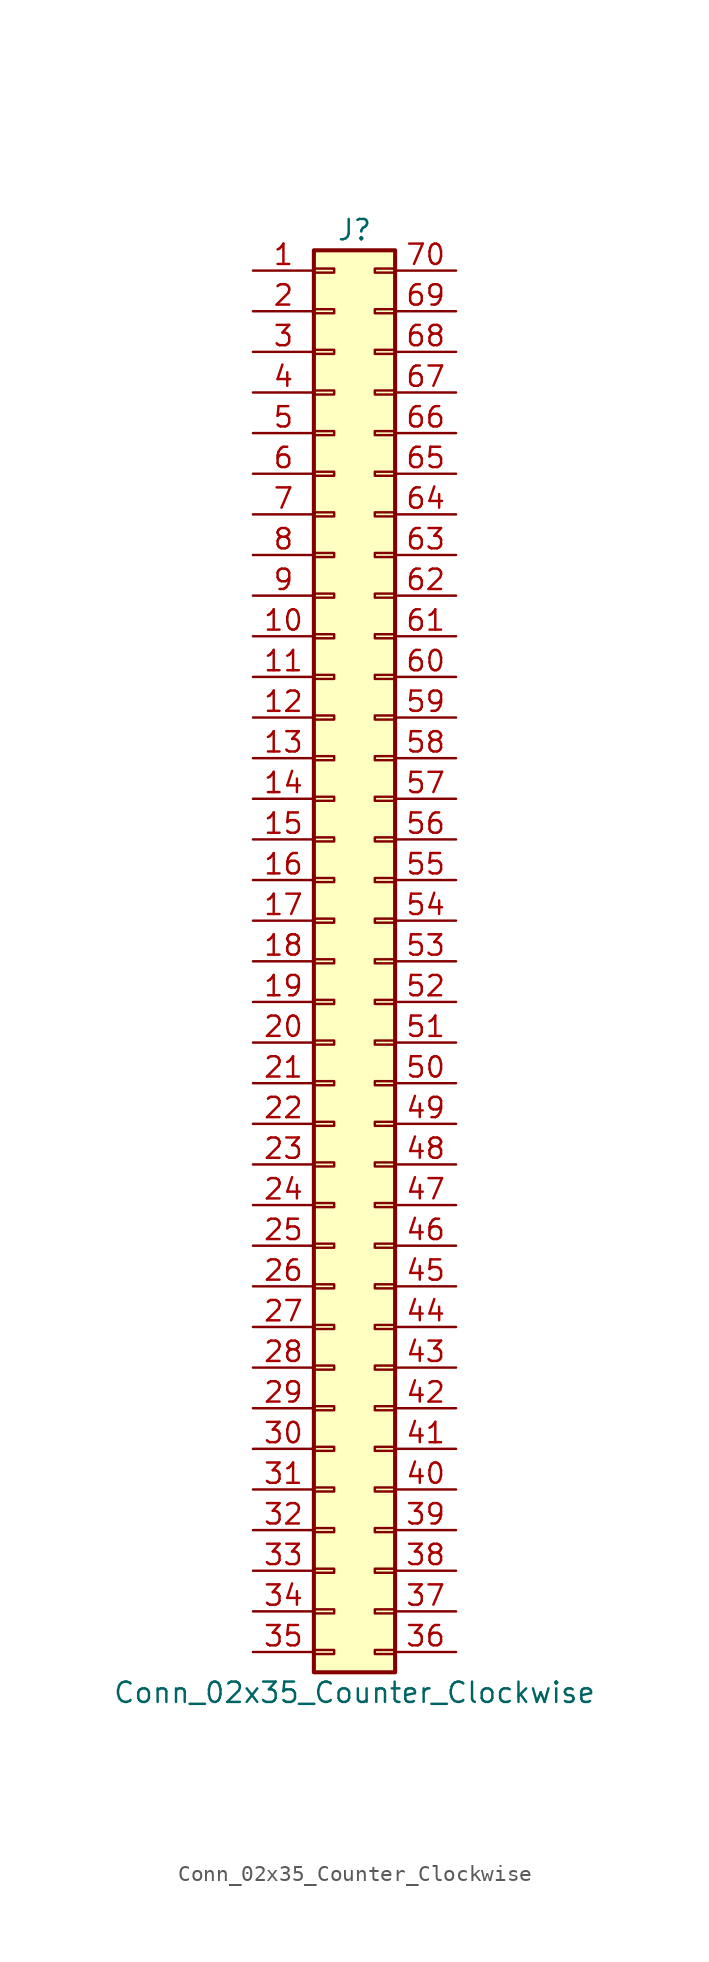
<source format=kicad_sym>
(kicad_symbol_lib
  (version 20201005)
  (generator kicad_symbol_editor)
  (symbol "Conn_02x35_Counter_Clockwise"
    (pin_names
      (offset 1.016) hide)
    (property "Reference" "J"
      (at 1.27 45.72 0)
      (effects (font (size 1.27 1.27))))
    (property "Value" "Conn_02x35_Counter_Clockwise"
      (at 1.27 -45.72 0)
      (effects (font (size 1.27 1.27))))
    (symbol "Conn_02x35_Counter_Clockwise_1_1"
      (rectangle (start -1.27 -43.053) (end 0 -43.307) (stroke (width 0.152)) (fill (type none)))
      (rectangle (start -1.27 -40.513) (end 0 -40.767) (stroke (width 0.152)) (fill (type none)))
      (rectangle (start -1.27 -37.973) (end 0 -38.227) (stroke (width 0.152)) (fill (type none)))
      (rectangle (start -1.27 -35.433) (end 0 -35.687) (stroke (width 0.152)) (fill (type none)))
      (rectangle (start -1.27 -32.893) (end 0 -33.147) (stroke (width 0.152)) (fill (type none)))
      (rectangle (start -1.27 -30.353) (end 0 -30.607) (stroke (width 0.152)) (fill (type none)))
      (rectangle (start -1.27 -27.813) (end 0 -28.067) (stroke (width 0.152)) (fill (type none)))
      (rectangle (start -1.27 -25.273) (end 0 -25.527) (stroke (width 0.152)) (fill (type none)))
      (rectangle (start -1.27 -22.733) (end 0 -22.987) (stroke (width 0.152)) (fill (type none)))
      (rectangle (start -1.27 -20.193) (end 0 -20.447) (stroke (width 0.152)) (fill (type none)))
      (rectangle (start -1.27 -17.653) (end 0 -17.907) (stroke (width 0.152)) (fill (type none)))
      (rectangle (start -1.27 -15.113) (end 0 -15.367) (stroke (width 0.152)) (fill (type none)))
      (rectangle (start -1.27 -12.573) (end 0 -12.827) (stroke (width 0.152)) (fill (type none)))
      (rectangle (start -1.27 -10.033) (end 0 -10.287) (stroke (width 0.152)) (fill (type none)))
      (rectangle (start -1.27 -7.493) (end 0 -7.747) (stroke (width 0.152)) (fill (type none)))
      (rectangle (start -1.27 -4.953) (end 0 -5.207) (stroke (width 0.152)) (fill (type none)))
      (rectangle (start -1.27 -2.413) (end 0 -2.667) (stroke (width 0.152)) (fill (type none)))
      (rectangle (start -1.27 0.127) (end 0 -0.127) (stroke (width 0.152)) (fill (type none)))
      (rectangle (start -1.27 2.667) (end 0 2.413) (stroke (width 0.152)) (fill (type none)))
      (rectangle (start -1.27 5.207) (end 0 4.953) (stroke (width 0.152)) (fill (type none)))
      (rectangle (start -1.27 7.747) (end 0 7.493) (stroke (width 0.152)) (fill (type none)))
      (rectangle (start -1.27 10.287) (end 0 10.033) (stroke (width 0.152)) (fill (type none)))
      (rectangle (start -1.27 12.827) (end 0 12.573) (stroke (width 0.152)) (fill (type none)))
      (rectangle (start -1.27 15.367) (end 0 15.113) (stroke (width 0.152)) (fill (type none)))
      (rectangle (start -1.27 17.907) (end 0 17.653) (stroke (width 0.152)) (fill (type none)))
      (rectangle (start -1.27 20.447) (end 0 20.193) (stroke (width 0.152)) (fill (type none)))
      (rectangle (start -1.27 22.987) (end 0 22.733) (stroke (width 0.152)) (fill (type none)))
      (rectangle (start -1.27 25.527) (end 0 25.273) (stroke (width 0.152)) (fill (type none)))
      (rectangle (start -1.27 28.067) (end 0 27.813) (stroke (width 0.152)) (fill (type none)))
      (rectangle (start -1.27 30.607) (end 0 30.353) (stroke (width 0.152)) (fill (type none)))
      (rectangle (start -1.27 33.147) (end 0 32.893) (stroke (width 0.152)) (fill (type none)))
      (rectangle (start -1.27 35.687) (end 0 35.433) (stroke (width 0.152)) (fill (type none)))
      (rectangle (start -1.27 38.227) (end 0 37.973) (stroke (width 0.152)) (fill (type none)))
      (rectangle (start -1.27 40.767) (end 0 40.513) (stroke (width 0.152)) (fill (type none)))
      (rectangle (start -1.27 43.307) (end 0 43.053) (stroke (width 0.152)) (fill (type none)))
      (rectangle (start 3.81 -43.053) (end 2.54 -43.307) (stroke (width 0.152)) (fill (type none)))
      (rectangle (start 3.81 -40.513) (end 2.54 -40.767) (stroke (width 0.152)) (fill (type none)))
      (rectangle (start 3.81 -37.973) (end 2.54 -38.227) (stroke (width 0.152)) (fill (type none)))
      (rectangle (start 3.81 -35.433) (end 2.54 -35.687) (stroke (width 0.152)) (fill (type none)))
      (rectangle (start 3.81 -32.893) (end 2.54 -33.147) (stroke (width 0.152)) (fill (type none)))
      (rectangle (start 3.81 -30.353) (end 2.54 -30.607) (stroke (width 0.152)) (fill (type none)))
      (rectangle (start 3.81 -27.813) (end 2.54 -28.067) (stroke (width 0.152)) (fill (type none)))
      (rectangle (start 3.81 -25.273) (end 2.54 -25.527) (stroke (width 0.152)) (fill (type none)))
      (rectangle (start 3.81 -22.733) (end 2.54 -22.987) (stroke (width 0.152)) (fill (type none)))
      (rectangle (start 3.81 -20.193) (end 2.54 -20.447) (stroke (width 0.152)) (fill (type none)))
      (rectangle (start 3.81 -17.653) (end 2.54 -17.907) (stroke (width 0.152)) (fill (type none)))
      (rectangle (start 3.81 -15.113) (end 2.54 -15.367) (stroke (width 0.152)) (fill (type none)))
      (rectangle (start 3.81 -12.573) (end 2.54 -12.827) (stroke (width 0.152)) (fill (type none)))
      (rectangle (start 3.81 -10.033) (end 2.54 -10.287) (stroke (width 0.152)) (fill (type none)))
      (rectangle (start 3.81 -7.493) (end 2.54 -7.747) (stroke (width 0.152)) (fill (type none)))
      (rectangle (start 3.81 -4.953) (end 2.54 -5.207) (stroke (width 0.152)) (fill (type none)))
      (rectangle (start 3.81 -2.413) (end 2.54 -2.667) (stroke (width 0.152)) (fill (type none)))
      (rectangle (start 3.81 0.127) (end 2.54 -0.127) (stroke (width 0.152)) (fill (type none)))
      (rectangle (start 3.81 2.667) (end 2.54 2.413) (stroke (width 0.152)) (fill (type none)))
      (rectangle (start 3.81 5.207) (end 2.54 4.953) (stroke (width 0.152)) (fill (type none)))
      (rectangle (start 3.81 7.747) (end 2.54 7.493) (stroke (width 0.152)) (fill (type none)))
      (rectangle (start 3.81 10.287) (end 2.54 10.033) (stroke (width 0.152)) (fill (type none)))
      (rectangle (start 3.81 12.827) (end 2.54 12.573) (stroke (width 0.152)) (fill (type none)))
      (rectangle (start 3.81 15.367) (end 2.54 15.113) (stroke (width 0.152)) (fill (type none)))
      (rectangle (start 3.81 17.907) (end 2.54 17.653) (stroke (width 0.152)) (fill (type none)))
      (rectangle (start 3.81 20.447) (end 2.54 20.193) (stroke (width 0.152)) (fill (type none)))
      (rectangle (start 3.81 22.987) (end 2.54 22.733) (stroke (width 0.152)) (fill (type none)))
      (rectangle (start 3.81 25.527) (end 2.54 25.273) (stroke (width 0.152)) (fill (type none)))
      (rectangle (start 3.81 28.067) (end 2.54 27.813) (stroke (width 0.152)) (fill (type none)))
      (rectangle (start 3.81 30.607) (end 2.54 30.353) (stroke (width 0.152)) (fill (type none)))
      (rectangle (start 3.81 33.147) (end 2.54 32.893) (stroke (width 0.152)) (fill (type none)))
      (rectangle (start 3.81 35.687) (end 2.54 35.433) (stroke (width 0.152)) (fill (type none)))
      (rectangle (start 3.81 38.227) (end 2.54 37.973) (stroke (width 0.152)) (fill (type none)))
      (rectangle (start 3.81 40.767) (end 2.54 40.513) (stroke (width 0.152)) (fill (type none)))
      (rectangle (start 3.81 43.307) (end 2.54 43.053) (stroke (width 0.152)) (fill (type none)))
      (rectangle (start -1.27 44.45) (end 3.81 -44.45) (stroke (width 0.254)) (fill (type background)))
      (pin passive line (at -5.08 43.18 0) (length 3.81) (name "Pin_1" (effects (font (size 1.27 1.27)))) (number "1" (effects (font (size 1.27 1.27)))))
      (pin passive line (at -5.08 20.32 0) (length 3.81) (name "Pin_10" (effects (font (size 1.27 1.27)))) (number "10" (effects (font (size 1.27 1.27)))))
      (pin passive line (at -5.08 17.78 0) (length 3.81) (name "Pin_11" (effects (font (size 1.27 1.27)))) (number "11" (effects (font (size 1.27 1.27)))))
      (pin passive line (at -5.08 15.24 0) (length 3.81) (name "Pin_12" (effects (font (size 1.27 1.27)))) (number "12" (effects (font (size 1.27 1.27)))))
      (pin passive line (at -5.08 12.7 0) (length 3.81) (name "Pin_13" (effects (font (size 1.27 1.27)))) (number "13" (effects (font (size 1.27 1.27)))))
      (pin passive line (at -5.08 10.16 0) (length 3.81) (name "Pin_14" (effects (font (size 1.27 1.27)))) (number "14" (effects (font (size 1.27 1.27)))))
      (pin passive line (at -5.08 7.62 0) (length 3.81) (name "Pin_15" (effects (font (size 1.27 1.27)))) (number "15" (effects (font (size 1.27 1.27)))))
      (pin passive line (at -5.08 5.08 0) (length 3.81) (name "Pin_16" (effects (font (size 1.27 1.27)))) (number "16" (effects (font (size 1.27 1.27)))))
      (pin passive line (at -5.08 2.54 0) (length 3.81) (name "Pin_17" (effects (font (size 1.27 1.27)))) (number "17" (effects (font (size 1.27 1.27)))))
      (pin passive line (at -5.08 0 0) (length 3.81) (name "Pin_18" (effects (font (size 1.27 1.27)))) (number "18" (effects (font (size 1.27 1.27)))))
      (pin passive line (at -5.08 -2.54 0) (length 3.81) (name "Pin_19" (effects (font (size 1.27 1.27)))) (number "19" (effects (font (size 1.27 1.27)))))
      (pin passive line (at -5.08 40.64 0) (length 3.81) (name "Pin_2" (effects (font (size 1.27 1.27)))) (number "2" (effects (font (size 1.27 1.27)))))
      (pin passive line (at -5.08 -5.08 0) (length 3.81) (name "Pin_20" (effects (font (size 1.27 1.27)))) (number "20" (effects (font (size 1.27 1.27)))))
      (pin passive line (at -5.08 -7.62 0) (length 3.81) (name "Pin_21" (effects (font (size 1.27 1.27)))) (number "21" (effects (font (size 1.27 1.27)))))
      (pin passive line (at -5.08 -10.16 0) (length 3.81) (name "Pin_22" (effects (font (size 1.27 1.27)))) (number "22" (effects (font (size 1.27 1.27)))))
      (pin passive line (at -5.08 -12.7 0) (length 3.81) (name "Pin_23" (effects (font (size 1.27 1.27)))) (number "23" (effects (font (size 1.27 1.27)))))
      (pin passive line (at -5.08 -15.24 0) (length 3.81) (name "Pin_24" (effects (font (size 1.27 1.27)))) (number "24" (effects (font (size 1.27 1.27)))))
      (pin passive line (at -5.08 -17.78 0) (length 3.81) (name "Pin_25" (effects (font (size 1.27 1.27)))) (number "25" (effects (font (size 1.27 1.27)))))
      (pin passive line (at -5.08 -20.32 0) (length 3.81) (name "Pin_26" (effects (font (size 1.27 1.27)))) (number "26" (effects (font (size 1.27 1.27)))))
      (pin passive line (at -5.08 -22.86 0) (length 3.81) (name "Pin_27" (effects (font (size 1.27 1.27)))) (number "27" (effects (font (size 1.27 1.27)))))
      (pin passive line (at -5.08 -25.4 0) (length 3.81) (name "Pin_28" (effects (font (size 1.27 1.27)))) (number "28" (effects (font (size 1.27 1.27)))))
      (pin passive line (at -5.08 -27.94 0) (length 3.81) (name "Pin_29" (effects (font (size 1.27 1.27)))) (number "29" (effects (font (size 1.27 1.27)))))
      (pin passive line (at -5.08 38.1 0) (length 3.81) (name "Pin_3" (effects (font (size 1.27 1.27)))) (number "3" (effects (font (size 1.27 1.27)))))
      (pin passive line (at -5.08 -30.48 0) (length 3.81) (name "Pin_30" (effects (font (size 1.27 1.27)))) (number "30" (effects (font (size 1.27 1.27)))))
      (pin passive line (at -5.08 -33.02 0) (length 3.81) (name "Pin_31" (effects (font (size 1.27 1.27)))) (number "31" (effects (font (size 1.27 1.27)))))
      (pin passive line (at -5.08 -35.56 0) (length 3.81) (name "Pin_32" (effects (font (size 1.27 1.27)))) (number "32" (effects (font (size 1.27 1.27)))))
      (pin passive line (at -5.08 -38.1 0) (length 3.81) (name "Pin_33" (effects (font (size 1.27 1.27)))) (number "33" (effects (font (size 1.27 1.27)))))
      (pin passive line (at -5.08 -40.64 0) (length 3.81) (name "Pin_34" (effects (font (size 1.27 1.27)))) (number "34" (effects (font (size 1.27 1.27)))))
      (pin passive line (at -5.08 -43.18 0) (length 3.81) (name "Pin_35" (effects (font (size 1.27 1.27)))) (number "35" (effects (font (size 1.27 1.27)))))
      (pin passive line (at 7.62 -43.18 180) (length 3.81) (name "Pin_36" (effects (font (size 1.27 1.27)))) (number "36" (effects (font (size 1.27 1.27)))))
      (pin passive line (at 7.62 -40.64 180) (length 3.81) (name "Pin_37" (effects (font (size 1.27 1.27)))) (number "37" (effects (font (size 1.27 1.27)))))
      (pin passive line (at 7.62 -38.1 180) (length 3.81) (name "Pin_38" (effects (font (size 1.27 1.27)))) (number "38" (effects (font (size 1.27 1.27)))))
      (pin passive line (at 7.62 -35.56 180) (length 3.81) (name "Pin_39" (effects (font (size 1.27 1.27)))) (number "39" (effects (font (size 1.27 1.27)))))
      (pin passive line (at -5.08 35.56 0) (length 3.81) (name "Pin_4" (effects (font (size 1.27 1.27)))) (number "4" (effects (font (size 1.27 1.27)))))
      (pin passive line (at 7.62 -33.02 180) (length 3.81) (name "Pin_40" (effects (font (size 1.27 1.27)))) (number "40" (effects (font (size 1.27 1.27)))))
      (pin passive line (at 7.62 -30.48 180) (length 3.81) (name "Pin_41" (effects (font (size 1.27 1.27)))) (number "41" (effects (font (size 1.27 1.27)))))
      (pin passive line (at 7.62 -27.94 180) (length 3.81) (name "Pin_42" (effects (font (size 1.27 1.27)))) (number "42" (effects (font (size 1.27 1.27)))))
      (pin passive line (at 7.62 -25.4 180) (length 3.81) (name "Pin_43" (effects (font (size 1.27 1.27)))) (number "43" (effects (font (size 1.27 1.27)))))
      (pin passive line (at 7.62 -22.86 180) (length 3.81) (name "Pin_44" (effects (font (size 1.27 1.27)))) (number "44" (effects (font (size 1.27 1.27)))))
      (pin passive line (at 7.62 -20.32 180) (length 3.81) (name "Pin_45" (effects (font (size 1.27 1.27)))) (number "45" (effects (font (size 1.27 1.27)))))
      (pin passive line (at 7.62 -17.78 180) (length 3.81) (name "Pin_46" (effects (font (size 1.27 1.27)))) (number "46" (effects (font (size 1.27 1.27)))))
      (pin passive line (at 7.62 -15.24 180) (length 3.81) (name "Pin_47" (effects (font (size 1.27 1.27)))) (number "47" (effects (font (size 1.27 1.27)))))
      (pin passive line (at 7.62 -12.7 180) (length 3.81) (name "Pin_48" (effects (font (size 1.27 1.27)))) (number "48" (effects (font (size 1.27 1.27)))))
      (pin passive line (at 7.62 -10.16 180) (length 3.81) (name "Pin_49" (effects (font (size 1.27 1.27)))) (number "49" (effects (font (size 1.27 1.27)))))
      (pin passive line (at -5.08 33.02 0) (length 3.81) (name "Pin_5" (effects (font (size 1.27 1.27)))) (number "5" (effects (font (size 1.27 1.27)))))
      (pin passive line (at 7.62 -7.62 180) (length 3.81) (name "Pin_50" (effects (font (size 1.27 1.27)))) (number "50" (effects (font (size 1.27 1.27)))))
      (pin passive line (at 7.62 -5.08 180) (length 3.81) (name "Pin_51" (effects (font (size 1.27 1.27)))) (number "51" (effects (font (size 1.27 1.27)))))
      (pin passive line (at 7.62 -2.54 180) (length 3.81) (name "Pin_52" (effects (font (size 1.27 1.27)))) (number "52" (effects (font (size 1.27 1.27)))))
      (pin passive line (at 7.62 0 180) (length 3.81) (name "Pin_53" (effects (font (size 1.27 1.27)))) (number "53" (effects (font (size 1.27 1.27)))))
      (pin passive line (at 7.62 2.54 180) (length 3.81) (name "Pin_54" (effects (font (size 1.27 1.27)))) (number "54" (effects (font (size 1.27 1.27)))))
      (pin passive line (at 7.62 5.08 180) (length 3.81) (name "Pin_55" (effects (font (size 1.27 1.27)))) (number "55" (effects (font (size 1.27 1.27)))))
      (pin passive line (at 7.62 7.62 180) (length 3.81) (name "Pin_56" (effects (font (size 1.27 1.27)))) (number "56" (effects (font (size 1.27 1.27)))))
      (pin passive line (at 7.62 10.16 180) (length 3.81) (name "Pin_57" (effects (font (size 1.27 1.27)))) (number "57" (effects (font (size 1.27 1.27)))))
      (pin passive line (at 7.62 12.7 180) (length 3.81) (name "Pin_58" (effects (font (size 1.27 1.27)))) (number "58" (effects (font (size 1.27 1.27)))))
      (pin passive line (at 7.62 15.24 180) (length 3.81) (name "Pin_59" (effects (font (size 1.27 1.27)))) (number "59" (effects (font (size 1.27 1.27)))))
      (pin passive line (at -5.08 30.48 0) (length 3.81) (name "Pin_6" (effects (font (size 1.27 1.27)))) (number "6" (effects (font (size 1.27 1.27)))))
      (pin passive line (at 7.62 17.78 180) (length 3.81) (name "Pin_60" (effects (font (size 1.27 1.27)))) (number "60" (effects (font (size 1.27 1.27)))))
      (pin passive line (at 7.62 20.32 180) (length 3.81) (name "Pin_61" (effects (font (size 1.27 1.27)))) (number "61" (effects (font (size 1.27 1.27)))))
      (pin passive line (at 7.62 22.86 180) (length 3.81) (name "Pin_62" (effects (font (size 1.27 1.27)))) (number "62" (effects (font (size 1.27 1.27)))))
      (pin passive line (at 7.62 25.4 180) (length 3.81) (name "Pin_63" (effects (font (size 1.27 1.27)))) (number "63" (effects (font (size 1.27 1.27)))))
      (pin passive line (at 7.62 27.94 180) (length 3.81) (name "Pin_64" (effects (font (size 1.27 1.27)))) (number "64" (effects (font (size 1.27 1.27)))))
      (pin passive line (at 7.62 30.48 180) (length 3.81) (name "Pin_65" (effects (font (size 1.27 1.27)))) (number "65" (effects (font (size 1.27 1.27)))))
      (pin passive line (at 7.62 33.02 180) (length 3.81) (name "Pin_66" (effects (font (size 1.27 1.27)))) (number "66" (effects (font (size 1.27 1.27)))))
      (pin passive line (at 7.62 35.56 180) (length 3.81) (name "Pin_67" (effects (font (size 1.27 1.27)))) (number "67" (effects (font (size 1.27 1.27)))))
      (pin passive line (at 7.62 38.1 180) (length 3.81) (name "Pin_68" (effects (font (size 1.27 1.27)))) (number "68" (effects (font (size 1.27 1.27)))))
      (pin passive line (at 7.62 40.64 180) (length 3.81) (name "Pin_69" (effects (font (size 1.27 1.27)))) (number "69" (effects (font (size 1.27 1.27)))))
      (pin passive line (at -5.08 27.94 0) (length 3.81) (name "Pin_7" (effects (font (size 1.27 1.27)))) (number "7" (effects (font (size 1.27 1.27)))))
      (pin passive line (at 7.62 43.18 180) (length 3.81) (name "Pin_70" (effects (font (size 1.27 1.27)))) (number "70" (effects (font (size 1.27 1.27)))))
      (pin passive line (at -5.08 25.4 0) (length 3.81) (name "Pin_8" (effects (font (size 1.27 1.27)))) (number "8" (effects (font (size 1.27 1.27)))))
      (pin passive line (at -5.08 22.86 0) (length 3.81) (name "Pin_9" (effects (font (size 1.27 1.27)))) (number "9" (effects (font (size 1.27 1.27))))))))
</source>
